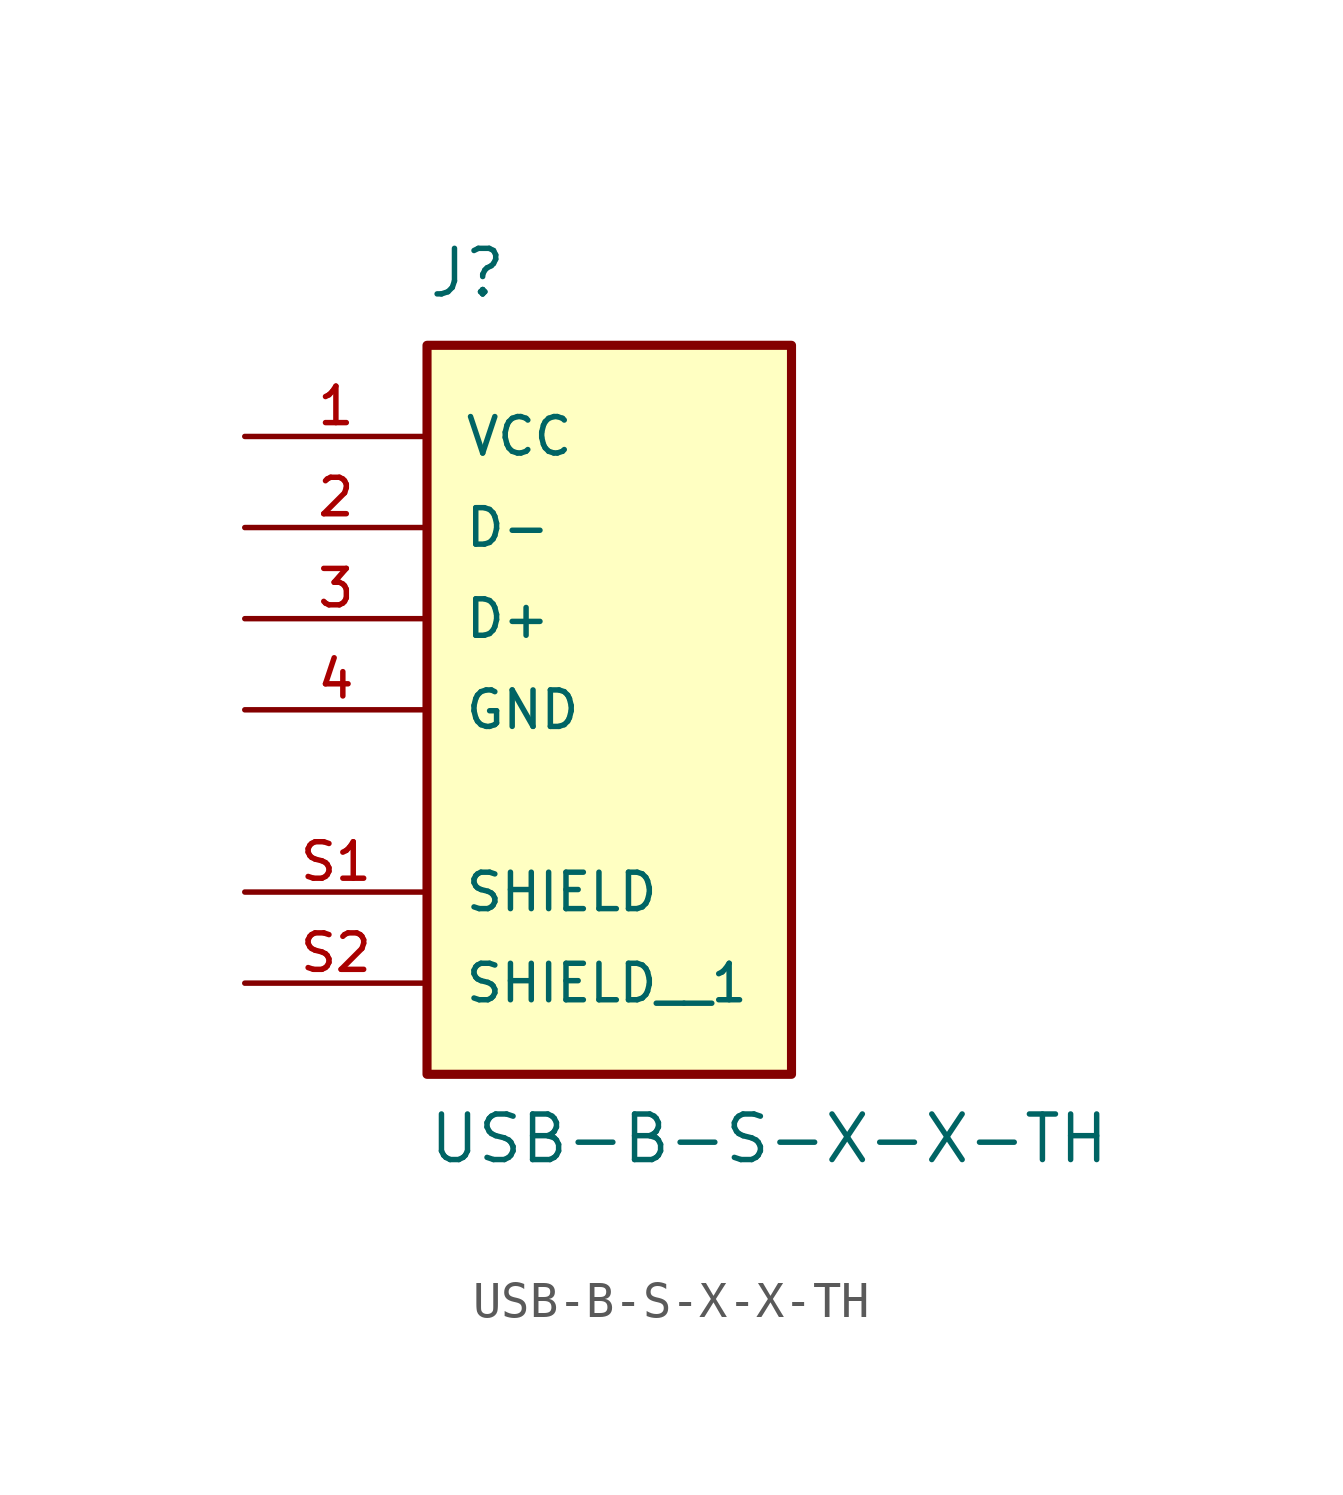
<source format=kicad_sym>
(kicad_symbol_lib
  (version 20211014)
  (generator kicad_symbol_editor)
  (symbol "USB-B-S-X-X-TH"
    (pin_names
      (offset 1.016))
    (property "Reference" "J"
      (at -5.08 8.89 0)
      (effects (font (size 1.27 1.27)) (justify bottom left)))
    (property "Value" "USB-B-S-X-X-TH"
      (at -5.08 -15.24 0)
      (effects (font (size 1.27 1.27)) (justify bottom left)))
    (symbol "USB-B-S-X-X-TH_0_0"
      (rectangle (start -5.08 -12.7) (end 5.08 7.62) (stroke (width 0.254)) (fill (type background)))
      (pin power_in line (at -10.16 5.08 0) (length 5.08) (name "VCC" (effects (font (size 1.016 1.016)))) (number "1" (effects (font (size 1.016 1.016)))))
      (pin bidirectional line (at -10.16 2.54 0) (length 5.08) (name "D-" (effects (font (size 1.016 1.016)))) (number "2" (effects (font (size 1.016 1.016)))))
      (pin bidirectional line (at -10.16 0.0 0) (length 5.08) (name "D+" (effects (font (size 1.016 1.016)))) (number "3" (effects (font (size 1.016 1.016)))))
      (pin power_in line (at -10.16 -2.54 0) (length 5.08) (name "GND" (effects (font (size 1.016 1.016)))) (number "4" (effects (font (size 1.016 1.016)))))
      (pin passive line (at -10.16 -7.62 0) (length 5.08) (name "SHIELD" (effects (font (size 1.016 1.016)))) (number "S1" (effects (font (size 1.016 1.016)))))
      (pin passive line (at -10.16 -10.16 0) (length 5.08) (name "SHIELD__1" (effects (font (size 1.016 1.016)))) (number "S2" (effects (font (size 1.016 1.016))))))))
</source>
